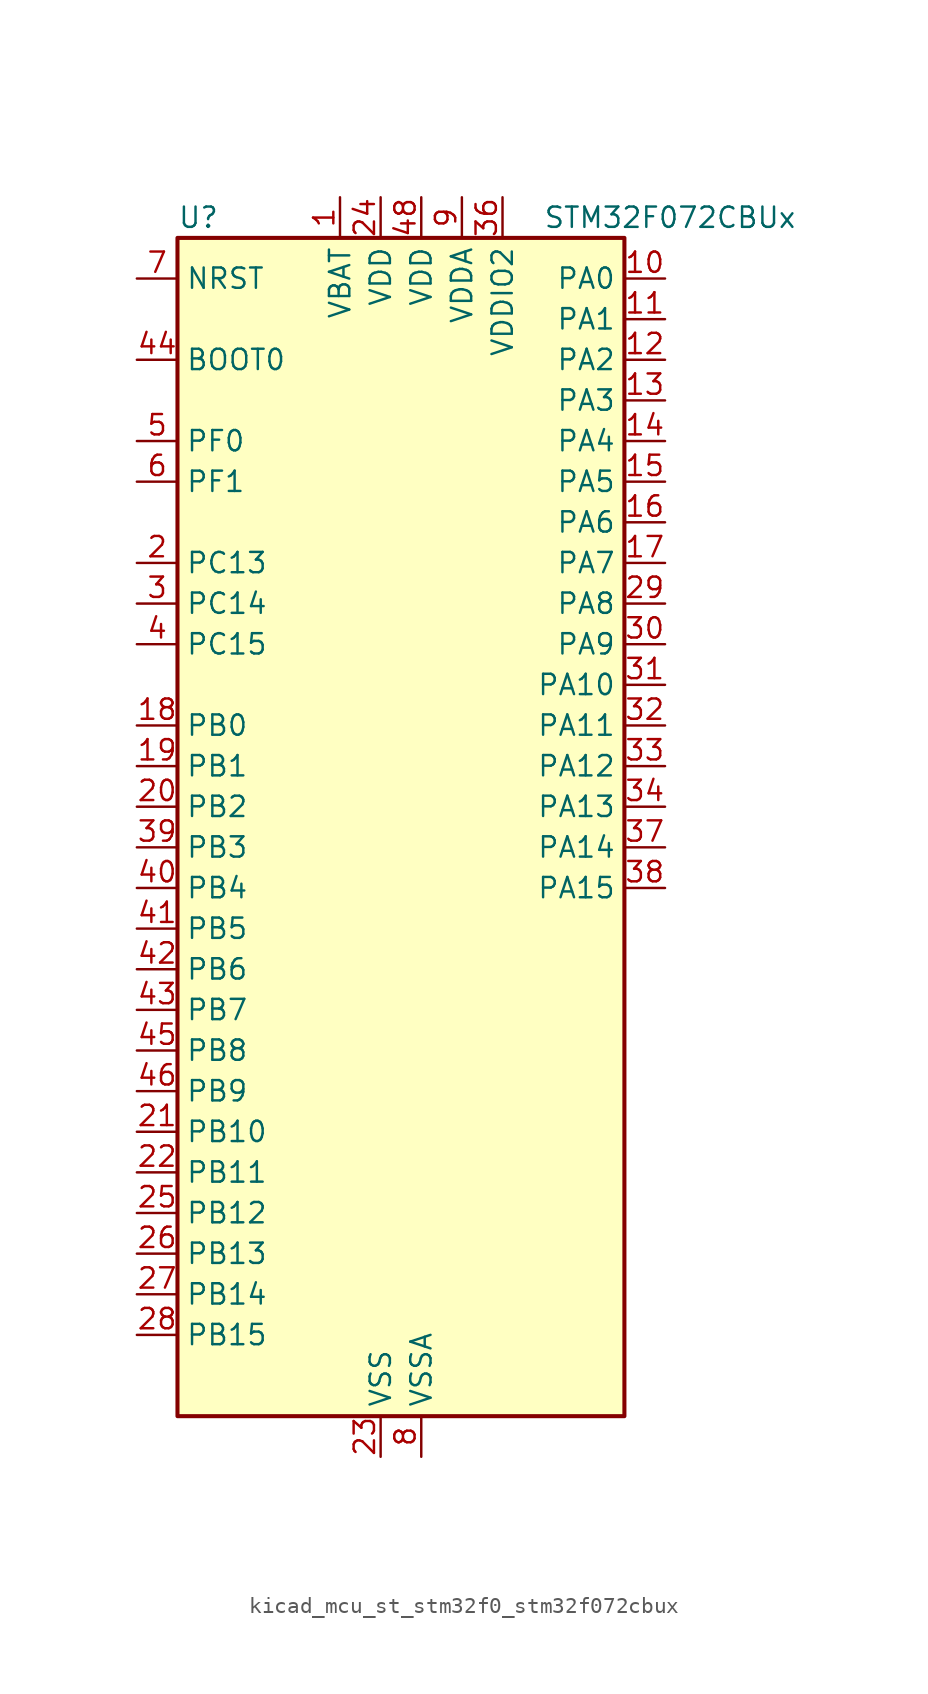
<source format=kicad_sym>
(kicad_symbol_lib
  (version 20220914)
  (generator kicad_symbol_editor)
  (symbol "kicad_mcu_st_stm32f0_stm32f072cbux"
    (property "Reference" "U"
      (at -12.7 39.37 0)
      (effects (font (size 1.27 1.27)) (justify left)))
    (property "Value" "STM32F072CBUx"
      (at 10.16 39.37 0)
      (effects (font (size 1.27 1.27)) (justify left)))
    (property "ki_locked" ""
      (at 0 0 0)
      (effects (font (size 1.27 1.27))))
    (symbol "kicad_mcu_st_stm32f0_stm32f072cbux_0_1"
      (rectangle (start -12.7 -35.56) (end 15.24 38.1) (stroke (width 0.254) (type default)) (fill (type background))))
    (symbol "kicad_mcu_st_stm32f0_stm32f072cbux_1_1"
      (pin power_in line (at -2.54 40.64 270) (length 2.54) (name "VBAT" (effects (font (size 1.27 1.27)))) (number "1" (effects (font (size 1.27 1.27)))))
      (pin bidirectional line (at 17.78 35.56 180) (length 2.54) (name "PA0" (effects (font (size 1.27 1.27)))) (number "10" (effects (font (size 1.27 1.27)))) (alternate "ADC_IN0" bidirectional line) (alternate "COMP1_INM" bidirectional line) (alternate "COMP1_OUT" bidirectional line) (alternate "RTC_TAMP2" bidirectional line) (alternate "SYS_WKUP1" bidirectional line) (alternate "TIM2_CH1" bidirectional line) (alternate "TIM2_ETR" bidirectional line) (alternate "TSC_G1_IO1" bidirectional line) (alternate "USART2_CTS" bidirectional line) (alternate "USART4_TX" bidirectional line))
      (pin bidirectional line (at 17.78 33.02 180) (length 2.54) (name "PA1" (effects (font (size 1.27 1.27)))) (number "11" (effects (font (size 1.27 1.27)))) (alternate "ADC_IN1" bidirectional line) (alternate "COMP1_INP" bidirectional line) (alternate "TIM15_CH1N" bidirectional line) (alternate "TIM2_CH2" bidirectional line) (alternate "TSC_G1_IO2" bidirectional line) (alternate "USART2_DE" bidirectional line) (alternate "USART2_RTS" bidirectional line) (alternate "USART4_RX" bidirectional line))
      (pin bidirectional line (at 17.78 30.48 180) (length 2.54) (name "PA2" (effects (font (size 1.27 1.27)))) (number "12" (effects (font (size 1.27 1.27)))) (alternate "ADC_IN2" bidirectional line) (alternate "COMP2_INM" bidirectional line) (alternate "COMP2_OUT" bidirectional line) (alternate "SYS_WKUP4" bidirectional line) (alternate "TIM15_CH1" bidirectional line) (alternate "TIM2_CH3" bidirectional line) (alternate "TSC_G1_IO3" bidirectional line) (alternate "USART2_TX" bidirectional line))
      (pin bidirectional line (at 17.78 27.94 180) (length 2.54) (name "PA3" (effects (font (size 1.27 1.27)))) (number "13" (effects (font (size 1.27 1.27)))) (alternate "ADC_IN3" bidirectional line) (alternate "COMP2_INP" bidirectional line) (alternate "TIM15_CH2" bidirectional line) (alternate "TIM2_CH4" bidirectional line) (alternate "TSC_G1_IO4" bidirectional line) (alternate "USART2_RX" bidirectional line))
      (pin bidirectional line (at 17.78 25.4 180) (length 2.54) (name "PA4" (effects (font (size 1.27 1.27)))) (number "14" (effects (font (size 1.27 1.27)))) (alternate "ADC_IN4" bidirectional line) (alternate "COMP1_INM" bidirectional line) (alternate "COMP2_INM" bidirectional line) (alternate "DAC_OUT1" bidirectional line) (alternate "I2S1_WS" bidirectional line) (alternate "SPI1_NSS" bidirectional line) (alternate "TIM14_CH1" bidirectional line) (alternate "TSC_G2_IO1" bidirectional line) (alternate "USART2_CK" bidirectional line))
      (pin bidirectional line (at 17.78 22.86 180) (length 2.54) (name "PA5" (effects (font (size 1.27 1.27)))) (number "15" (effects (font (size 1.27 1.27)))) (alternate "ADC_IN5" bidirectional line) (alternate "CEC" bidirectional line) (alternate "COMP1_INM" bidirectional line) (alternate "COMP2_INM" bidirectional line) (alternate "DAC_OUT2" bidirectional line) (alternate "I2S1_CK" bidirectional line) (alternate "SPI1_SCK" bidirectional line) (alternate "TIM2_CH1" bidirectional line) (alternate "TIM2_ETR" bidirectional line) (alternate "TSC_G2_IO2" bidirectional line))
      (pin bidirectional line (at 17.78 20.32 180) (length 2.54) (name "PA6" (effects (font (size 1.27 1.27)))) (number "16" (effects (font (size 1.27 1.27)))) (alternate "ADC_IN6" bidirectional line) (alternate "COMP1_OUT" bidirectional line) (alternate "I2S1_MCK" bidirectional line) (alternate "SPI1_MISO" bidirectional line) (alternate "TIM16_CH1" bidirectional line) (alternate "TIM1_BKIN" bidirectional line) (alternate "TIM3_CH1" bidirectional line) (alternate "TSC_G2_IO3" bidirectional line) (alternate "USART3_CTS" bidirectional line))
      (pin bidirectional line (at 17.78 17.78 180) (length 2.54) (name "PA7" (effects (font (size 1.27 1.27)))) (number "17" (effects (font (size 1.27 1.27)))) (alternate "ADC_IN7" bidirectional line) (alternate "COMP2_OUT" bidirectional line) (alternate "I2S1_SD" bidirectional line) (alternate "SPI1_MOSI" bidirectional line) (alternate "TIM14_CH1" bidirectional line) (alternate "TIM17_CH1" bidirectional line) (alternate "TIM1_CH1N" bidirectional line) (alternate "TIM3_CH2" bidirectional line) (alternate "TSC_G2_IO4" bidirectional line))
      (pin bidirectional line (at -15.24 7.62 0) (length 2.54) (name "PB0" (effects (font (size 1.27 1.27)))) (number "18" (effects (font (size 1.27 1.27)))) (alternate "ADC_IN8" bidirectional line) (alternate "TIM1_CH2N" bidirectional line) (alternate "TIM3_CH3" bidirectional line) (alternate "TSC_G3_IO2" bidirectional line) (alternate "USART3_CK" bidirectional line))
      (pin bidirectional line (at -15.24 5.08 0) (length 2.54) (name "PB1" (effects (font (size 1.27 1.27)))) (number "19" (effects (font (size 1.27 1.27)))) (alternate "ADC_IN9" bidirectional line) (alternate "TIM14_CH1" bidirectional line) (alternate "TIM1_CH3N" bidirectional line) (alternate "TIM3_CH4" bidirectional line) (alternate "TSC_G3_IO3" bidirectional line) (alternate "USART3_DE" bidirectional line) (alternate "USART3_RTS" bidirectional line))
      (pin bidirectional line (at -15.24 17.78 0) (length 2.54) (name "PC13" (effects (font (size 1.27 1.27)))) (number "2" (effects (font (size 1.27 1.27)))) (alternate "RTC_OUT_ALARM" bidirectional line) (alternate "RTC_OUT_CALIB" bidirectional line) (alternate "RTC_TAMP1" bidirectional line) (alternate "RTC_TS" bidirectional line) (alternate "SYS_WKUP2" bidirectional line))
      (pin bidirectional line (at -15.24 2.54 0) (length 2.54) (name "PB2" (effects (font (size 1.27 1.27)))) (number "20" (effects (font (size 1.27 1.27)))) (alternate "TSC_G3_IO4" bidirectional line))
      (pin bidirectional line (at -15.24 -17.78 0) (length 2.54) (name "PB10" (effects (font (size 1.27 1.27)))) (number "21" (effects (font (size 1.27 1.27)))) (alternate "CEC" bidirectional line) (alternate "I2C2_SCL" bidirectional line) (alternate "I2S2_CK" bidirectional line) (alternate "SPI2_SCK" bidirectional line) (alternate "TIM2_CH3" bidirectional line) (alternate "TSC_SYNC" bidirectional line) (alternate "USART3_TX" bidirectional line))
      (pin bidirectional line (at -15.24 -20.32 0) (length 2.54) (name "PB11" (effects (font (size 1.27 1.27)))) (number "22" (effects (font (size 1.27 1.27)))) (alternate "I2C2_SDA" bidirectional line) (alternate "TIM2_CH4" bidirectional line) (alternate "TSC_G6_IO1" bidirectional line) (alternate "USART3_RX" bidirectional line))
      (pin power_in line (at 0 -38.1 90) (length 2.54) (name "VSS" (effects (font (size 1.27 1.27)))) (number "23" (effects (font (size 1.27 1.27)))))
      (pin power_in line (at 0 40.64 270) (length 2.54) (name "VDD" (effects (font (size 1.27 1.27)))) (number "24" (effects (font (size 1.27 1.27)))))
      (pin bidirectional line (at -15.24 -22.86 0) (length 2.54) (name "PB12" (effects (font (size 1.27 1.27)))) (number "25" (effects (font (size 1.27 1.27)))) (alternate "I2S2_WS" bidirectional line) (alternate "SPI2_NSS" bidirectional line) (alternate "TIM15_BKIN" bidirectional line) (alternate "TIM1_BKIN" bidirectional line) (alternate "TSC_G6_IO2" bidirectional line) (alternate "USART3_CK" bidirectional line))
      (pin bidirectional line (at -15.24 -25.4 0) (length 2.54) (name "PB13" (effects (font (size 1.27 1.27)))) (number "26" (effects (font (size 1.27 1.27)))) (alternate "I2C2_SCL" bidirectional line) (alternate "I2S2_CK" bidirectional line) (alternate "SPI2_SCK" bidirectional line) (alternate "TIM1_CH1N" bidirectional line) (alternate "TSC_G6_IO3" bidirectional line) (alternate "USART3_CTS" bidirectional line))
      (pin bidirectional line (at -15.24 -27.94 0) (length 2.54) (name "PB14" (effects (font (size 1.27 1.27)))) (number "27" (effects (font (size 1.27 1.27)))) (alternate "I2C2_SDA" bidirectional line) (alternate "I2S2_MCK" bidirectional line) (alternate "SPI2_MISO" bidirectional line) (alternate "TIM15_CH1" bidirectional line) (alternate "TIM1_CH2N" bidirectional line) (alternate "TSC_G6_IO4" bidirectional line) (alternate "USART3_DE" bidirectional line) (alternate "USART3_RTS" bidirectional line))
      (pin bidirectional line (at -15.24 -30.48 0) (length 2.54) (name "PB15" (effects (font (size 1.27 1.27)))) (number "28" (effects (font (size 1.27 1.27)))) (alternate "I2S2_SD" bidirectional line) (alternate "RTC_REFIN" bidirectional line) (alternate "SPI2_MOSI" bidirectional line) (alternate "SYS_WKUP7" bidirectional line) (alternate "TIM15_CH1N" bidirectional line) (alternate "TIM15_CH2" bidirectional line) (alternate "TIM1_CH3N" bidirectional line))
      (pin bidirectional line (at 17.78 15.24 180) (length 2.54) (name "PA8" (effects (font (size 1.27 1.27)))) (number "29" (effects (font (size 1.27 1.27)))) (alternate "CRS_SYNC" bidirectional line) (alternate "RCC_MCO" bidirectional line) (alternate "TIM1_CH1" bidirectional line) (alternate "USART1_CK" bidirectional line))
      (pin bidirectional line (at -15.24 15.24 0) (length 2.54) (name "PC14" (effects (font (size 1.27 1.27)))) (number "3" (effects (font (size 1.27 1.27)))) (alternate "RCC_OSC32_IN" bidirectional line))
      (pin bidirectional line (at 17.78 12.7 180) (length 2.54) (name "PA9" (effects (font (size 1.27 1.27)))) (number "30" (effects (font (size 1.27 1.27)))) (alternate "DAC_EXTI9" bidirectional line) (alternate "TIM15_BKIN" bidirectional line) (alternate "TIM1_CH2" bidirectional line) (alternate "TSC_G4_IO1" bidirectional line) (alternate "USART1_TX" bidirectional line))
      (pin bidirectional line (at 17.78 10.16 180) (length 2.54) (name "PA10" (effects (font (size 1.27 1.27)))) (number "31" (effects (font (size 1.27 1.27)))) (alternate "TIM17_BKIN" bidirectional line) (alternate "TIM1_CH3" bidirectional line) (alternate "TSC_G4_IO2" bidirectional line) (alternate "USART1_RX" bidirectional line))
      (pin bidirectional line (at 17.78 7.62 180) (length 2.54) (name "PA11" (effects (font (size 1.27 1.27)))) (number "32" (effects (font (size 1.27 1.27)))) (alternate "CAN_RX" bidirectional line) (alternate "COMP1_OUT" bidirectional line) (alternate "TIM1_CH4" bidirectional line) (alternate "TSC_G4_IO3" bidirectional line) (alternate "USART1_CTS" bidirectional line) (alternate "USB_DM" bidirectional line))
      (pin bidirectional line (at 17.78 5.08 180) (length 2.54) (name "PA12" (effects (font (size 1.27 1.27)))) (number "33" (effects (font (size 1.27 1.27)))) (alternate "CAN_TX" bidirectional line) (alternate "COMP2_OUT" bidirectional line) (alternate "TIM1_ETR" bidirectional line) (alternate "TSC_G4_IO4" bidirectional line) (alternate "USART1_DE" bidirectional line) (alternate "USART1_RTS" bidirectional line) (alternate "USB_DP" bidirectional line))
      (pin bidirectional line (at 17.78 2.54 180) (length 2.54) (name "PA13" (effects (font (size 1.27 1.27)))) (number "34" (effects (font (size 1.27 1.27)))) (alternate "IR_OUT" bidirectional line) (alternate "SYS_SWDIO" bidirectional line) (alternate "USB_NOE" bidirectional line))
      (pin passive line (at 0 -38.1 90) (length 2.54) hide (name "VSS" (effects (font (size 1.27 1.27)))) (number "35" (effects (font (size 1.27 1.27)))))
      (pin power_in line (at 7.62 40.64 270) (length 2.54) (name "VDDIO2" (effects (font (size 1.27 1.27)))) (number "36" (effects (font (size 1.27 1.27)))))
      (pin bidirectional line (at 17.78 0 180) (length 2.54) (name "PA14" (effects (font (size 1.27 1.27)))) (number "37" (effects (font (size 1.27 1.27)))) (alternate "SYS_SWCLK" bidirectional line) (alternate "USART2_TX" bidirectional line))
      (pin bidirectional line (at 17.78 -2.54 180) (length 2.54) (name "PA15" (effects (font (size 1.27 1.27)))) (number "38" (effects (font (size 1.27 1.27)))) (alternate "I2S1_WS" bidirectional line) (alternate "SPI1_NSS" bidirectional line) (alternate "TIM2_CH1" bidirectional line) (alternate "TIM2_ETR" bidirectional line) (alternate "USART2_RX" bidirectional line) (alternate "USART4_DE" bidirectional line) (alternate "USART4_RTS" bidirectional line))
      (pin bidirectional line (at -15.24 0 0) (length 2.54) (name "PB3" (effects (font (size 1.27 1.27)))) (number "39" (effects (font (size 1.27 1.27)))) (alternate "I2S1_CK" bidirectional line) (alternate "SPI1_SCK" bidirectional line) (alternate "TIM2_CH2" bidirectional line) (alternate "TSC_G5_IO1" bidirectional line))
      (pin bidirectional line (at -15.24 12.7 0) (length 2.54) (name "PC15" (effects (font (size 1.27 1.27)))) (number "4" (effects (font (size 1.27 1.27)))) (alternate "RCC_OSC32_OUT" bidirectional line))
      (pin bidirectional line (at -15.24 -2.54 0) (length 2.54) (name "PB4" (effects (font (size 1.27 1.27)))) (number "40" (effects (font (size 1.27 1.27)))) (alternate "I2S1_MCK" bidirectional line) (alternate "SPI1_MISO" bidirectional line) (alternate "TIM17_BKIN" bidirectional line) (alternate "TIM3_CH1" bidirectional line) (alternate "TSC_G5_IO2" bidirectional line))
      (pin bidirectional line (at -15.24 -5.08 0) (length 2.54) (name "PB5" (effects (font (size 1.27 1.27)))) (number "41" (effects (font (size 1.27 1.27)))) (alternate "I2C1_SMBA" bidirectional line) (alternate "I2S1_SD" bidirectional line) (alternate "SPI1_MOSI" bidirectional line) (alternate "SYS_WKUP6" bidirectional line) (alternate "TIM16_BKIN" bidirectional line) (alternate "TIM3_CH2" bidirectional line))
      (pin bidirectional line (at -15.24 -7.62 0) (length 2.54) (name "PB6" (effects (font (size 1.27 1.27)))) (number "42" (effects (font (size 1.27 1.27)))) (alternate "I2C1_SCL" bidirectional line) (alternate "TIM16_CH1N" bidirectional line) (alternate "TSC_G5_IO3" bidirectional line) (alternate "USART1_TX" bidirectional line))
      (pin bidirectional line (at -15.24 -10.16 0) (length 2.54) (name "PB7" (effects (font (size 1.27 1.27)))) (number "43" (effects (font (size 1.27 1.27)))) (alternate "I2C1_SDA" bidirectional line) (alternate "TIM17_CH1N" bidirectional line) (alternate "TSC_G5_IO4" bidirectional line) (alternate "USART1_RX" bidirectional line) (alternate "USART4_CTS" bidirectional line))
      (pin input line (at -15.24 30.48 0) (length 2.54) (name "BOOT0" (effects (font (size 1.27 1.27)))) (number "44" (effects (font (size 1.27 1.27)))))
      (pin bidirectional line (at -15.24 -12.7 0) (length 2.54) (name "PB8" (effects (font (size 1.27 1.27)))) (number "45" (effects (font (size 1.27 1.27)))) (alternate "CAN_RX" bidirectional line) (alternate "CEC" bidirectional line) (alternate "I2C1_SCL" bidirectional line) (alternate "TIM16_CH1" bidirectional line) (alternate "TSC_SYNC" bidirectional line))
      (pin bidirectional line (at -15.24 -15.24 0) (length 2.54) (name "PB9" (effects (font (size 1.27 1.27)))) (number "46" (effects (font (size 1.27 1.27)))) (alternate "CAN_TX" bidirectional line) (alternate "DAC_EXTI9" bidirectional line) (alternate "I2C1_SDA" bidirectional line) (alternate "I2S2_WS" bidirectional line) (alternate "IR_OUT" bidirectional line) (alternate "SPI2_NSS" bidirectional line) (alternate "TIM17_CH1" bidirectional line))
      (pin passive line (at 0 -38.1 90) (length 2.54) hide (name "VSS" (effects (font (size 1.27 1.27)))) (number "47" (effects (font (size 1.27 1.27)))))
      (pin power_in line (at 2.54 40.64 270) (length 2.54) (name "VDD" (effects (font (size 1.27 1.27)))) (number "48" (effects (font (size 1.27 1.27)))))
      (pin passive line (at 0 -38.1 90) (length 2.54) hide (name "VSS" (effects (font (size 1.27 1.27)))) (number "49" (effects (font (size 1.27 1.27)))))
      (pin bidirectional line (at -15.24 25.4 0) (length 2.54) (name "PF0" (effects (font (size 1.27 1.27)))) (number "5" (effects (font (size 1.27 1.27)))) (alternate "CRS_SYNC" bidirectional line) (alternate "RCC_OSC_IN" bidirectional line))
      (pin bidirectional line (at -15.24 22.86 0) (length 2.54) (name "PF1" (effects (font (size 1.27 1.27)))) (number "6" (effects (font (size 1.27 1.27)))) (alternate "RCC_OSC_OUT" bidirectional line))
      (pin input line (at -15.24 35.56 0) (length 2.54) (name "NRST" (effects (font (size 1.27 1.27)))) (number "7" (effects (font (size 1.27 1.27)))))
      (pin power_in line (at 2.54 -38.1 90) (length 2.54) (name "VSSA" (effects (font (size 1.27 1.27)))) (number "8" (effects (font (size 1.27 1.27)))))
      (pin power_in line (at 5.08 40.64 270) (length 2.54) (name "VDDA" (effects (font (size 1.27 1.27)))) (number "9" (effects (font (size 1.27 1.27))))))))
</source>
